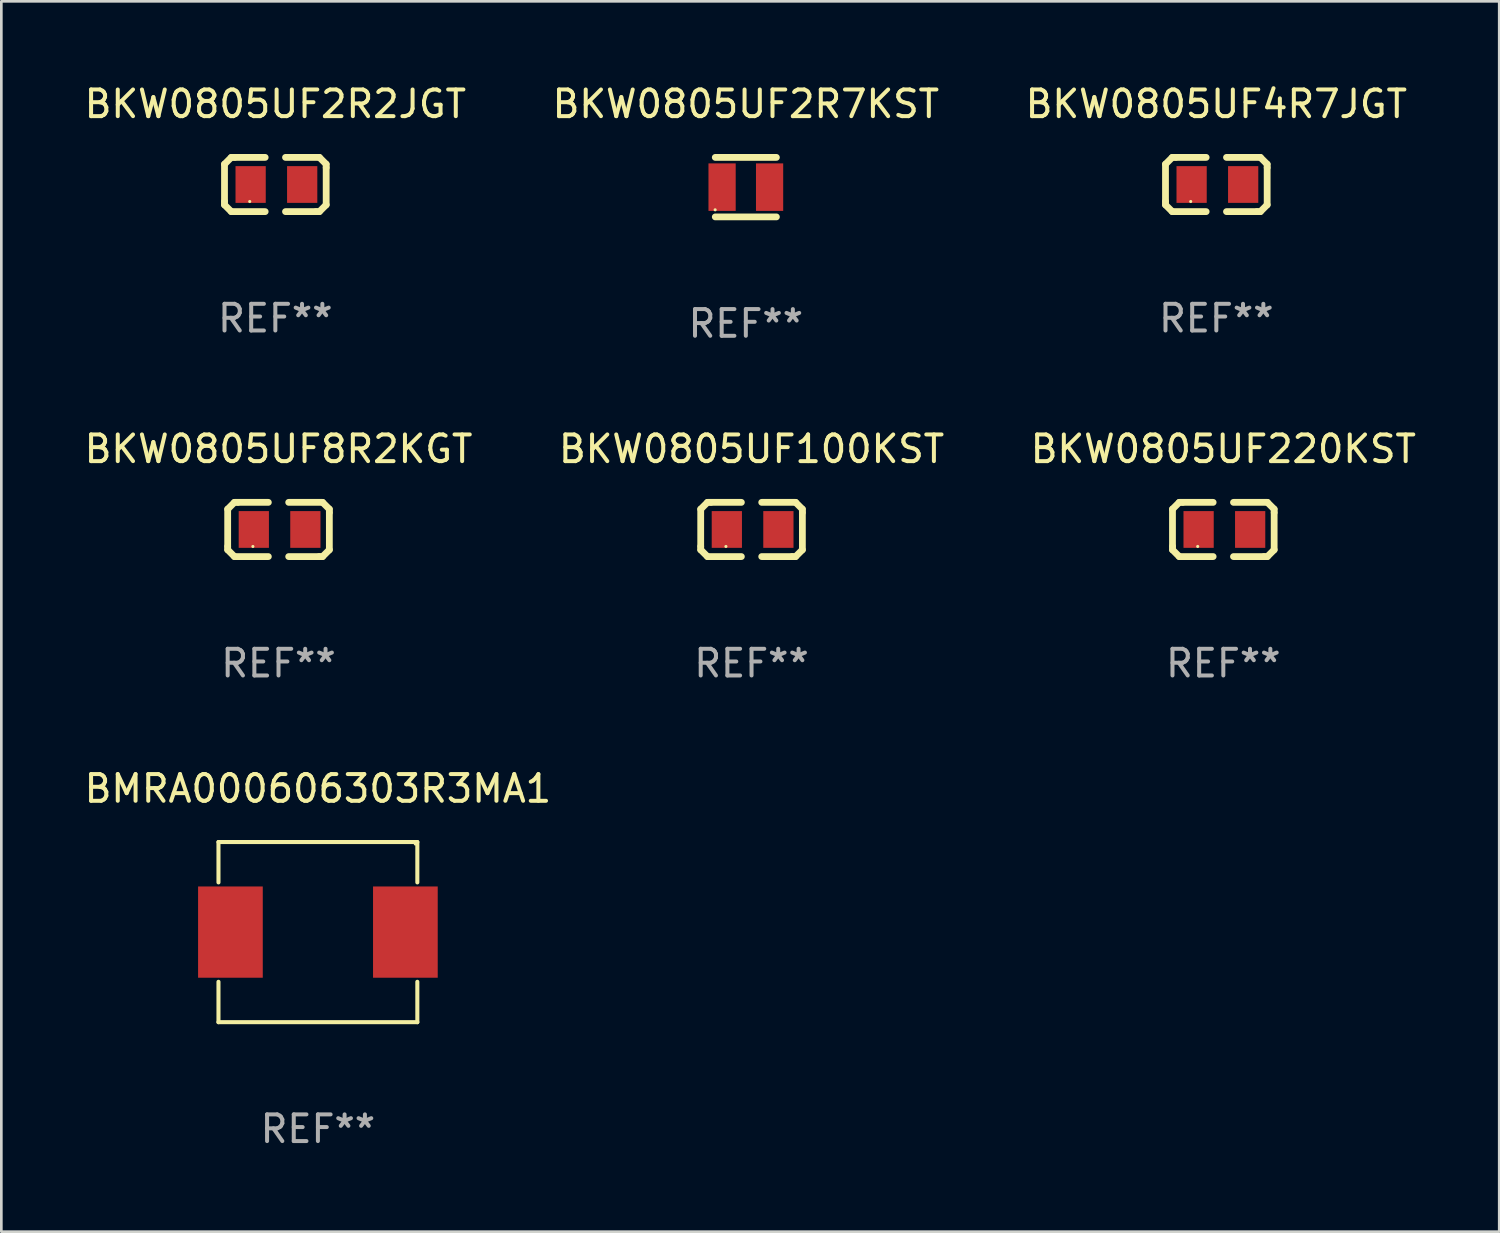
<source format=kicad_pcb>
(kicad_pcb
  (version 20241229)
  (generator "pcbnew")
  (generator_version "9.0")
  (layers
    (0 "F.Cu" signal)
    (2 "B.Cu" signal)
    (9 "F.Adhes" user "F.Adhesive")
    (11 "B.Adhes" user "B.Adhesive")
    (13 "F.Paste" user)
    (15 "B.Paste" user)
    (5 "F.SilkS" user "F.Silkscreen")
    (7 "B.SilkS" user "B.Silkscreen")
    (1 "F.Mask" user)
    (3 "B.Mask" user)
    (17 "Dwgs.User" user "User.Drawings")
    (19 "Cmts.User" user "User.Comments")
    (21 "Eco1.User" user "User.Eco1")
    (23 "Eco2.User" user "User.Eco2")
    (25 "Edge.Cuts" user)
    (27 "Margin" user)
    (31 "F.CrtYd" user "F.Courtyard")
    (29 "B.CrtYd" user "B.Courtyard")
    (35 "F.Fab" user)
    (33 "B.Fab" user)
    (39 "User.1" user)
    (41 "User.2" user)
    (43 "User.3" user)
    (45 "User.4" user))
  (footprint "BKW0805UF2R2JGT"
    (layer "F.Cu")
    (at 7.268 3.864)
    (property "Reference" "BKW0805UF2R2JGT" (at 0 -3.016 0) (layer "F.SilkS") (effects (font (size 1 1) (thickness 0.15))))
    (attr through_hole)
    (fp_line (start -1.905 -0.762) (end -1.905 0.635) (stroke (width 0.254) (type solid)) (layer "F.SilkS"))
    (fp_line (start -1.905 0.635) (end -1.905 0.762) (stroke (width 0.254) (type solid)) (layer "F.SilkS"))
    (fp_line (start -1.905 0.762) (end -1.651 1.016) (stroke (width 0.254) (type solid)) (layer "F.SilkS"))
    (fp_line (start -1.651 -1.016) (end -1.905 -0.762) (stroke (width 0.254) (type solid)) (layer "F.SilkS"))
    (fp_line (start -1.651 1.016) (end -0.381 1.016) (stroke (width 0.254) (type solid)) (layer "F.SilkS"))
    (fp_line (start -1.524 -1.016) (end -1.651 -1.016) (stroke (width 0.254) (type solid)) (layer "F.SilkS"))
    (fp_line (start -0.381 -1.016) (end -1.524 -1.016) (stroke (width 0.254) (type solid)) (layer "F.SilkS"))
    (fp_line (start 0.381 1.016) (end 1.524 1.016) (stroke (width 0.254) (type solid)) (layer "F.SilkS"))
    (fp_line (start 1.524 1.016) (end 1.651 1.016) (stroke (width 0.254) (type solid)) (layer "F.SilkS"))
    (fp_line (start 1.651 -1.016) (end 0.381 -1.016) (stroke (width 0.254) (type solid)) (layer "F.SilkS"))
    (fp_line (start 1.651 1.016) (end 1.905 0.762) (stroke (width 0.254) (type solid)) (layer "F.SilkS"))
    (fp_line (start 1.905 -0.762) (end 1.651 -1.016) (stroke (width 0.254) (type solid)) (layer "F.SilkS"))
    (fp_line (start 1.905 -0.635) (end 1.905 -0.762) (stroke (width 0.254) (type solid)) (layer "F.SilkS"))
    (fp_line (start 1.905 0.762) (end 1.905 -0.635) (stroke (width 0.254) (type solid)) (layer "F.SilkS"))
    (fp_circle (center -0.96 0.637) (end -0.93 0.637) (stroke (width 0.06) (type solid)) (fill no) (layer "F.SilkS"))
    (fp_text user "REF**" (at 0 5.016 0) (layer "F.Fab") (effects (font (size 1 1) (thickness 0.15))))
    (pad "1" smd rect (at -0.926 -0.000051) (size 1.133 1.377) (layers "F.Cu" "F.Mask" "F.Paste"))
    (pad "2" smd rect (at 1.006 -0.000051) (size 1.133 1.377) (layers "F.Cu" "F.Mask" "F.Paste")))
  (footprint "BKW0805UF8R2KGT"
    (layer "F.Cu")
    (at 7.387 16.791)
    (property "Reference" "BKW0805UF8R2KGT" (at 0 -3.016 0) (layer "F.SilkS") (effects (font (size 1 1) (thickness 0.15))))
    (attr through_hole)
    (fp_line (start -1.905 -0.762) (end -1.905 0.635) (stroke (width 0.254) (type solid)) (layer "F.SilkS"))
    (fp_line (start -1.905 0.635) (end -1.905 0.762) (stroke (width 0.254) (type solid)) (layer "F.SilkS"))
    (fp_line (start -1.905 0.762) (end -1.651 1.016) (stroke (width 0.254) (type solid)) (layer "F.SilkS"))
    (fp_line (start -1.651 -1.016) (end -1.905 -0.762) (stroke (width 0.254) (type solid)) (layer "F.SilkS"))
    (fp_line (start -1.651 1.016) (end -0.381 1.016) (stroke (width 0.254) (type solid)) (layer "F.SilkS"))
    (fp_line (start -1.524 -1.016) (end -1.651 -1.016) (stroke (width 0.254) (type solid)) (layer "F.SilkS"))
    (fp_line (start -0.381 -1.016) (end -1.524 -1.016) (stroke (width 0.254) (type solid)) (layer "F.SilkS"))
    (fp_line (start 0.381 1.016) (end 1.524 1.016) (stroke (width 0.254) (type solid)) (layer "F.SilkS"))
    (fp_line (start 1.524 1.016) (end 1.651 1.016) (stroke (width 0.254) (type solid)) (layer "F.SilkS"))
    (fp_line (start 1.651 -1.016) (end 0.381 -1.016) (stroke (width 0.254) (type solid)) (layer "F.SilkS"))
    (fp_line (start 1.651 1.016) (end 1.905 0.762) (stroke (width 0.254) (type solid)) (layer "F.SilkS"))
    (fp_line (start 1.905 -0.762) (end 1.651 -1.016) (stroke (width 0.254) (type solid)) (layer "F.SilkS"))
    (fp_line (start 1.905 -0.635) (end 1.905 -0.762) (stroke (width 0.254) (type solid)) (layer "F.SilkS"))
    (fp_line (start 1.905 0.762) (end 1.905 -0.635) (stroke (width 0.254) (type solid)) (layer "F.SilkS"))
    (fp_circle (center -0.96 0.637) (end -0.93 0.637) (stroke (width 0.06) (type solid)) (fill no) (layer "F.SilkS"))
    (fp_text user "REF**" (at 0 5.016 0) (layer "F.Fab") (effects (font (size 1 1) (thickness 0.15))))
    (pad "1" smd rect (at -0.926 -0.000051) (size 1.133 1.377) (layers "F.Cu" "F.Mask" "F.Paste"))
    (pad "2" smd rect (at 1.006 -0.000051) (size 1.133 1.377) (layers "F.Cu" "F.Mask" "F.Paste")))
  (footprint "BKW0805UF2R7KST"
    (layer "F.Cu")
    (at 24.899 3.963)
    (property "Reference" "BKW0805UF2R7KST" (at 0 -3.115 0) (layer "F.SilkS") (effects (font (size 1 1) (thickness 0.15))))
    (attr through_hole)
    (fp_line (start -1.145 -1.115) (end 1.145 -1.115) (stroke (width 0.254) (type solid)) (layer "F.SilkS"))
    (fp_line (start -1.145 1.115) (end 1.145 1.115) (stroke (width 0.254) (type solid)) (layer "F.SilkS"))
    (fp_circle (center -1.15 0.85) (end -1.12 0.85) (stroke (width 0.06) (type solid)) (fill no) (layer "F.SilkS"))
    (fp_text user "REF**" (at 0 5.115 0) (layer "F.Fab") (effects (font (size 1 1) (thickness 0.15))))
    (pad "1" smd rect (at -0.89 0 90) (size 1.78 1.02) (layers "F.Cu" "F.Mask" "F.Paste"))
    (pad "2" smd rect (at 0.89 0 90) (size 1.78 1.02) (layers "F.Cu" "F.Mask" "F.Paste")))
  (footprint "BMRA000606303R3MA1"
    (layer "F.Cu")
    (at 8.863 31.879)
    (property "Reference" "BMRA000606303R3MA1" (at 0 -5.376 0) (layer "F.SilkS") (effects (font (size 1 1) (thickness 0.15))))
    (attr through_hole)
    (fp_line (start -3.726 -3.376) (end 3.726 -3.376) (stroke (width 0.152) (type solid)) (layer "F.SilkS"))
    (fp_line (start -3.726 -1.862) (end -3.726 -3.376) (stroke (width 0.152) (type solid)) (layer "F.SilkS"))
    (fp_line (start -3.726 1.862) (end -3.726 3.376) (stroke (width 0.152) (type solid)) (layer "F.SilkS"))
    (fp_line (start -3.726 3.376) (end 3.726 3.376) (stroke (width 0.152) (type solid)) (layer "F.SilkS"))
    (fp_line (start 3.726 -3.376) (end 3.726 -1.862) (stroke (width 0.152) (type solid)) (layer "F.SilkS"))
    (fp_line (start 3.726 3.376) (end 3.726 1.862) (stroke (width 0.152) (type solid)) (layer "F.SilkS"))
    (fp_circle (center 3.65 -3.3) (end 3.68 -3.3) (stroke (width 0.06) (type solid)) (fill no) (layer "F.SilkS"))
    (fp_text user "REF**" (at 0 7.376 0) (layer "F.Fab") (effects (font (size 1 1) (thickness 0.15))))
    (pad "1" smd rect (at 3.278 0) (size 2.424 3.42) (layers "F.Cu" "F.Mask" "F.Paste"))
    (pad "2" smd rect (at -3.278 0) (size 2.424 3.42) (layers "F.Cu" "F.Mask" "F.Paste")))
  (footprint "BKW0805UF100KST"
    (layer "F.Cu")
    (at 25.113 16.791)
    (property "Reference" "BKW0805UF100KST" (at 0 -3.016 0) (layer "F.SilkS") (effects (font (size 1 1) (thickness 0.15))))
    (attr through_hole)
    (fp_line (start -1.905 -0.762) (end -1.905 0.635) (stroke (width 0.254) (type solid)) (layer "F.SilkS"))
    (fp_line (start -1.905 0.635) (end -1.905 0.762) (stroke (width 0.254) (type solid)) (layer "F.SilkS"))
    (fp_line (start -1.905 0.762) (end -1.651 1.016) (stroke (width 0.254) (type solid)) (layer "F.SilkS"))
    (fp_line (start -1.651 -1.016) (end -1.905 -0.762) (stroke (width 0.254) (type solid)) (layer "F.SilkS"))
    (fp_line (start -1.651 1.016) (end -0.381 1.016) (stroke (width 0.254) (type solid)) (layer "F.SilkS"))
    (fp_line (start -1.524 -1.016) (end -1.651 -1.016) (stroke (width 0.254) (type solid)) (layer "F.SilkS"))
    (fp_line (start -0.381 -1.016) (end -1.524 -1.016) (stroke (width 0.254) (type solid)) (layer "F.SilkS"))
    (fp_line (start 0.381 1.016) (end 1.524 1.016) (stroke (width 0.254) (type solid)) (layer "F.SilkS"))
    (fp_line (start 1.524 1.016) (end 1.651 1.016) (stroke (width 0.254) (type solid)) (layer "F.SilkS"))
    (fp_line (start 1.651 -1.016) (end 0.381 -1.016) (stroke (width 0.254) (type solid)) (layer "F.SilkS"))
    (fp_line (start 1.651 1.016) (end 1.905 0.762) (stroke (width 0.254) (type solid)) (layer "F.SilkS"))
    (fp_line (start 1.905 -0.762) (end 1.651 -1.016) (stroke (width 0.254) (type solid)) (layer "F.SilkS"))
    (fp_line (start 1.905 -0.635) (end 1.905 -0.762) (stroke (width 0.254) (type solid)) (layer "F.SilkS"))
    (fp_line (start 1.905 0.762) (end 1.905 -0.635) (stroke (width 0.254) (type solid)) (layer "F.SilkS"))
    (fp_circle (center -0.96 0.637) (end -0.93 0.637) (stroke (width 0.06) (type solid)) (fill no) (layer "F.SilkS"))
    (fp_text user "REF**" (at 0 5.016 0) (layer "F.Fab") (effects (font (size 1 1) (thickness 0.15))))
    (pad "1" smd rect (at -0.926 -0.000051) (size 1.133 1.377) (layers "F.Cu" "F.Mask" "F.Paste"))
    (pad "2" smd rect (at 1.006 -0.000051) (size 1.133 1.377) (layers "F.Cu" "F.Mask" "F.Paste")))
  (footprint "BKW0805UF220KST"
    (layer "F.Cu")
    (at 42.792 16.791)
    (property "Reference" "BKW0805UF220KST" (at 0 -3.016 0) (layer "F.SilkS") (effects (font (size 1 1) (thickness 0.15))))
    (attr through_hole)
    (fp_line (start -1.905 -0.762) (end -1.905 0.635) (stroke (width 0.254) (type solid)) (layer "F.SilkS"))
    (fp_line (start -1.905 0.635) (end -1.905 0.762) (stroke (width 0.254) (type solid)) (layer "F.SilkS"))
    (fp_line (start -1.905 0.762) (end -1.651 1.016) (stroke (width 0.254) (type solid)) (layer "F.SilkS"))
    (fp_line (start -1.651 -1.016) (end -1.905 -0.762) (stroke (width 0.254) (type solid)) (layer "F.SilkS"))
    (fp_line (start -1.651 1.016) (end -0.381 1.016) (stroke (width 0.254) (type solid)) (layer "F.SilkS"))
    (fp_line (start -1.524 -1.016) (end -1.651 -1.016) (stroke (width 0.254) (type solid)) (layer "F.SilkS"))
    (fp_line (start -0.381 -1.016) (end -1.524 -1.016) (stroke (width 0.254) (type solid)) (layer "F.SilkS"))
    (fp_line (start 0.381 1.016) (end 1.524 1.016) (stroke (width 0.254) (type solid)) (layer "F.SilkS"))
    (fp_line (start 1.524 1.016) (end 1.651 1.016) (stroke (width 0.254) (type solid)) (layer "F.SilkS"))
    (fp_line (start 1.651 -1.016) (end 0.381 -1.016) (stroke (width 0.254) (type solid)) (layer "F.SilkS"))
    (fp_line (start 1.651 1.016) (end 1.905 0.762) (stroke (width 0.254) (type solid)) (layer "F.SilkS"))
    (fp_line (start 1.905 -0.762) (end 1.651 -1.016) (stroke (width 0.254) (type solid)) (layer "F.SilkS"))
    (fp_line (start 1.905 -0.635) (end 1.905 -0.762) (stroke (width 0.254) (type solid)) (layer "F.SilkS"))
    (fp_line (start 1.905 0.762) (end 1.905 -0.635) (stroke (width 0.254) (type solid)) (layer "F.SilkS"))
    (fp_circle (center -0.96 0.637) (end -0.93 0.637) (stroke (width 0.06) (type solid)) (fill no) (layer "F.SilkS"))
    (fp_text user "REF**" (at 0 5.016 0) (layer "F.Fab") (effects (font (size 1 1) (thickness 0.15))))
    (pad "1" smd rect (at -0.926 -0.000051) (size 1.133 1.377) (layers "F.Cu" "F.Mask" "F.Paste"))
    (pad "2" smd rect (at 1.006 -0.000051) (size 1.133 1.377) (layers "F.Cu" "F.Mask" "F.Paste")))
  (footprint "BKW0805UF4R7JGT"
    (layer "F.Cu")
    (at 42.53 3.864)
    (property "Reference" "BKW0805UF4R7JGT" (at 0 -3.016 0) (layer "F.SilkS") (effects (font (size 1 1) (thickness 0.15))))
    (attr through_hole)
    (fp_line (start -1.905 -0.762) (end -1.905 0.635) (stroke (width 0.254) (type solid)) (layer "F.SilkS"))
    (fp_line (start -1.905 0.635) (end -1.905 0.762) (stroke (width 0.254) (type solid)) (layer "F.SilkS"))
    (fp_line (start -1.905 0.762) (end -1.651 1.016) (stroke (width 0.254) (type solid)) (layer "F.SilkS"))
    (fp_line (start -1.651 -1.016) (end -1.905 -0.762) (stroke (width 0.254) (type solid)) (layer "F.SilkS"))
    (fp_line (start -1.651 1.016) (end -0.381 1.016) (stroke (width 0.254) (type solid)) (layer "F.SilkS"))
    (fp_line (start -1.524 -1.016) (end -1.651 -1.016) (stroke (width 0.254) (type solid)) (layer "F.SilkS"))
    (fp_line (start -0.381 -1.016) (end -1.524 -1.016) (stroke (width 0.254) (type solid)) (layer "F.SilkS"))
    (fp_line (start 0.381 1.016) (end 1.524 1.016) (stroke (width 0.254) (type solid)) (layer "F.SilkS"))
    (fp_line (start 1.524 1.016) (end 1.651 1.016) (stroke (width 0.254) (type solid)) (layer "F.SilkS"))
    (fp_line (start 1.651 -1.016) (end 0.381 -1.016) (stroke (width 0.254) (type solid)) (layer "F.SilkS"))
    (fp_line (start 1.651 1.016) (end 1.905 0.762) (stroke (width 0.254) (type solid)) (layer "F.SilkS"))
    (fp_line (start 1.905 -0.762) (end 1.651 -1.016) (stroke (width 0.254) (type solid)) (layer "F.SilkS"))
    (fp_line (start 1.905 -0.635) (end 1.905 -0.762) (stroke (width 0.254) (type solid)) (layer "F.SilkS"))
    (fp_line (start 1.905 0.762) (end 1.905 -0.635) (stroke (width 0.254) (type solid)) (layer "F.SilkS"))
    (fp_circle (center -0.96 0.637) (end -0.93 0.637) (stroke (width 0.06) (type solid)) (fill no) (layer "F.SilkS"))
    (fp_text user "REF**" (at 0 5.016 0) (layer "F.Fab") (effects (font (size 1 1) (thickness 0.15))))
    (pad "1" smd rect (at -0.926 -0.000051) (size 1.133 1.377) (layers "F.Cu" "F.Mask" "F.Paste"))
    (pad "2" smd rect (at 1.006 -0.000051) (size 1.133 1.377) (layers "F.Cu" "F.Mask" "F.Paste")))
  (gr_rect
    (start -3 -3)
    (end 53.131 43.104)
    (stroke (width 0.1) (type default))
    (fill no)
    (layer "Edge.Cuts")))
</source>
